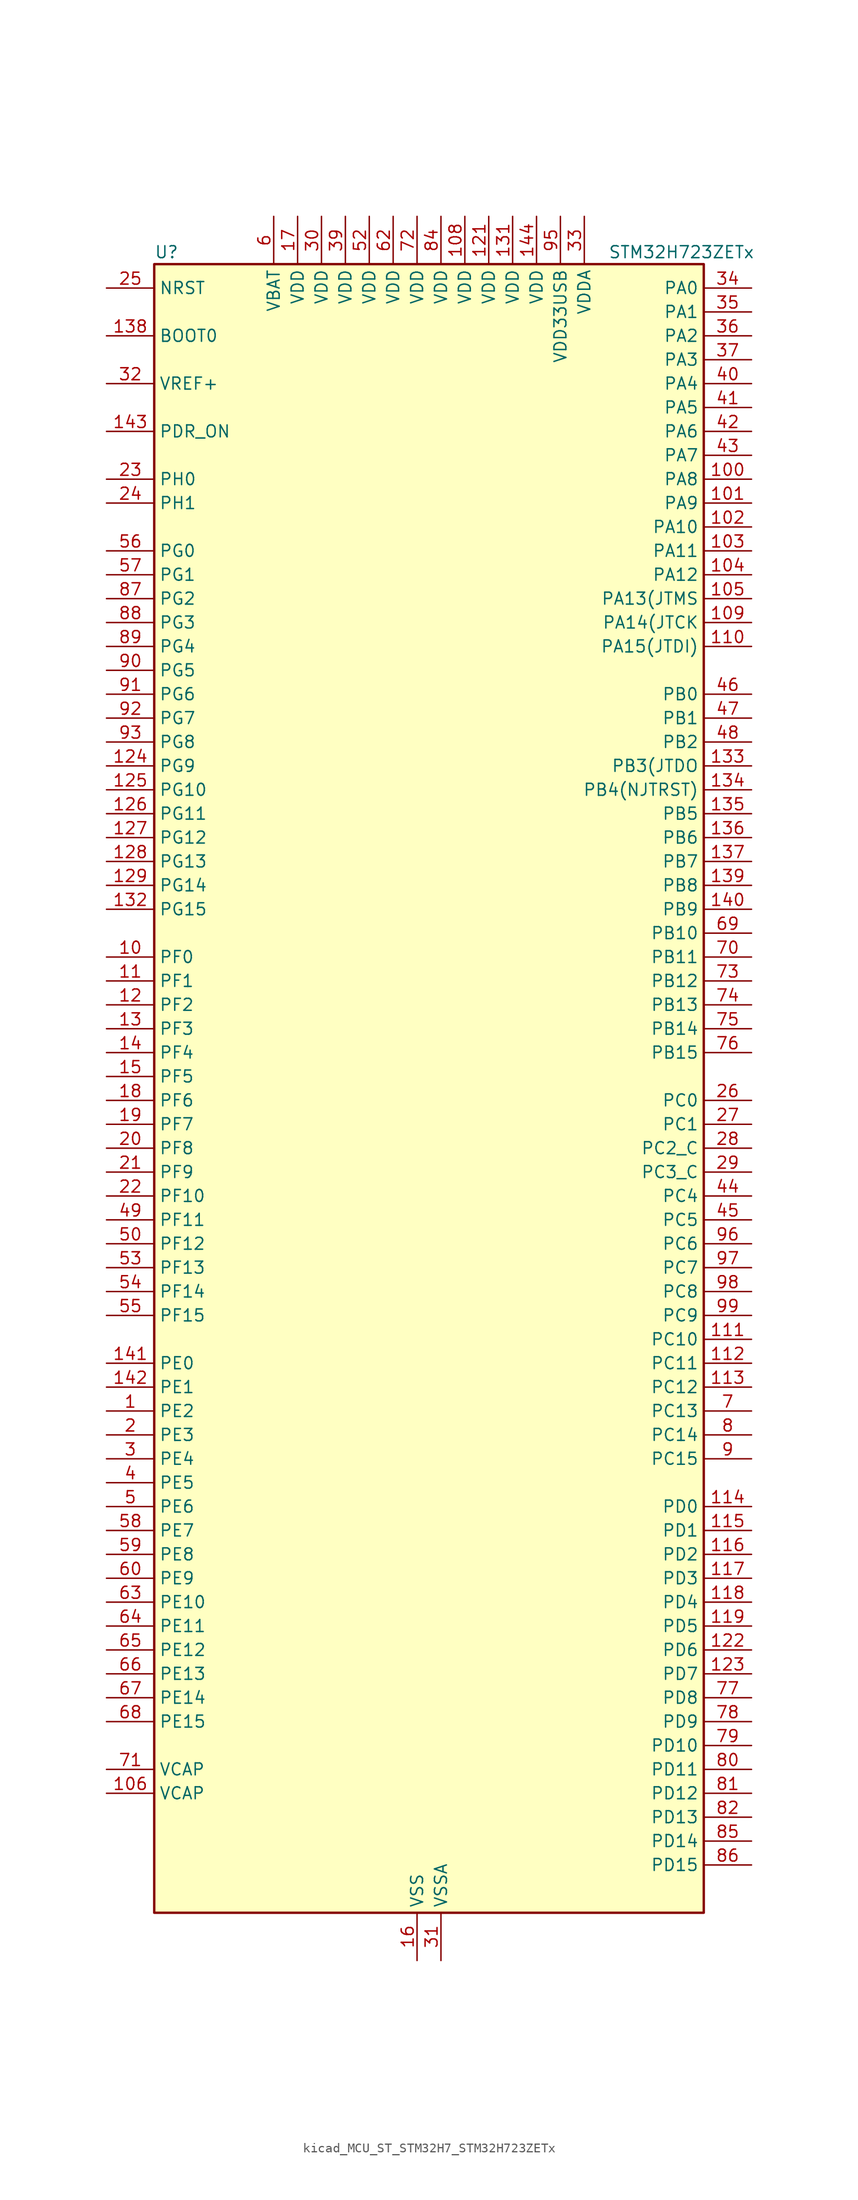
<source format=kicad_sym>
(kicad_symbol_lib
  (version 20220914)
  (generator kicad_symbol_editor)
  (symbol "kicad_MCU_ST_STM32H7_STM32H723ZETx"
    (property "Reference" "U"
      (at -27.94 90.17 0)
      (effects (font (size 1.27 1.27)) (justify left)))
    (property "Value" "STM32H723ZETx"
      (at 20.32 90.17 0)
      (effects (font (size 1.27 1.27)) (justify left)))
    (property "ki_locked" ""
      (at 0 0 0)
      (effects (font (size 1.27 1.27))))
    (symbol "kicad_MCU_ST_STM32H7_STM32H723ZETx_0_1"
      (rectangle (start -27.94 -86.36) (end 30.48 88.9) (stroke (width 0.254) (type default)) (fill (type background))))
    (symbol "kicad_MCU_ST_STM32H7_STM32H723ZETx_1_1"
      (pin bidirectional line (at -33.02 -33.02 0) (length 5.08) (name "PE2" (effects (font (size 1.27 1.27)))) (number "1" (effects (font (size 1.27 1.27)))) (alternate "DEBUG_TRACECLK" bidirectional line) (alternate "ETH_TXD3" bidirectional line) (alternate "FMC_A23" bidirectional line) (alternate "OCTOSPIM_P1_IO2" bidirectional line) (alternate "SAI1_CK1" bidirectional line) (alternate "SAI1_MCLK_A" bidirectional line) (alternate "SAI4_CK1" bidirectional line) (alternate "SAI4_MCLK_A" bidirectional line) (alternate "SPI4_SCK" bidirectional line) (alternate "USART10_RX" bidirectional line))
      (pin bidirectional line (at -33.02 15.24 0) (length 5.08) (name "PF0" (effects (font (size 1.27 1.27)))) (number "10" (effects (font (size 1.27 1.27)))) (alternate "FMC_A0" bidirectional line) (alternate "I2C2_SDA" bidirectional line) (alternate "I2C5_SDA" bidirectional line) (alternate "OCTOSPIM_P2_IO0" bidirectional line) (alternate "TIM23_CH1" bidirectional line))
      (pin bidirectional line (at 35.56 66.04 180) (length 5.08) (name "PA8" (effects (font (size 1.27 1.27)))) (number "100" (effects (font (size 1.27 1.27)))) (alternate "I2C3_SCL" bidirectional line) (alternate "I2C5_SCL" bidirectional line) (alternate "LTDC_B3" bidirectional line) (alternate "LTDC_R6" bidirectional line) (alternate "RCC_MCO_1" bidirectional line) (alternate "TIM1_CH1" bidirectional line) (alternate "TIM8_BKIN2" bidirectional line) (alternate "TIM8_BKIN2_COMP1" bidirectional line) (alternate "TIM8_BKIN2_COMP2" bidirectional line) (alternate "UART7_RX" bidirectional line) (alternate "USART1_CK" bidirectional line) (alternate "USB_OTG_HS_SOF" bidirectional line))
      (pin bidirectional line (at 35.56 63.5 180) (length 5.08) (name "PA9" (effects (font (size 1.27 1.27)))) (number "101" (effects (font (size 1.27 1.27)))) (alternate "DAC1_EXTI9" bidirectional line) (alternate "DCMI_D0" bidirectional line) (alternate "ETH_TX_ER" bidirectional line) (alternate "I2C3_SMBA" bidirectional line) (alternate "I2C5_SMBA" bidirectional line) (alternate "I2S2_CK" bidirectional line) (alternate "LPUART1_TX" bidirectional line) (alternate "LTDC_R5" bidirectional line) (alternate "PSSI_D0" bidirectional line) (alternate "SPI2_SCK" bidirectional line) (alternate "TIM1_CH2" bidirectional line) (alternate "USART1_TX" bidirectional line) (alternate "USB_OTG_HS_VBUS" bidirectional line))
      (pin bidirectional line (at 35.56 60.96 180) (length 5.08) (name "PA10" (effects (font (size 1.27 1.27)))) (number "102" (effects (font (size 1.27 1.27)))) (alternate "DCMI_D1" bidirectional line) (alternate "LPUART1_RX" bidirectional line) (alternate "LTDC_B1" bidirectional line) (alternate "LTDC_B4" bidirectional line) (alternate "MDIOS_MDIO" bidirectional line) (alternate "PSSI_D1" bidirectional line) (alternate "TIM1_CH3" bidirectional line) (alternate "USART1_RX" bidirectional line) (alternate "USB_OTG_HS_ID" bidirectional line))
      (pin bidirectional line (at 35.56 58.42 180) (length 5.08) (name "PA11" (effects (font (size 1.27 1.27)))) (number "103" (effects (font (size 1.27 1.27)))) (alternate "ADC1_EXTI11" bidirectional line) (alternate "ADC2_EXTI11" bidirectional line) (alternate "ADC3_EXTI11" bidirectional line) (alternate "FDCAN1_RX" bidirectional line) (alternate "I2S2_WS" bidirectional line) (alternate "LPUART1_CTS" bidirectional line) (alternate "LTDC_R4" bidirectional line) (alternate "SPI2_NSS" bidirectional line) (alternate "TIM1_CH4" bidirectional line) (alternate "UART4_RX" bidirectional line) (alternate "USART1_CTS" bidirectional line) (alternate "USART1_NSS" bidirectional line) (alternate "USB_OTG_HS_DM" bidirectional line))
      (pin bidirectional line (at 35.56 55.88 180) (length 5.08) (name "PA12" (effects (font (size 1.27 1.27)))) (number "104" (effects (font (size 1.27 1.27)))) (alternate "FDCAN1_TX" bidirectional line) (alternate "I2S2_CK" bidirectional line) (alternate "LPUART1_DE" bidirectional line) (alternate "LPUART1_RTS" bidirectional line) (alternate "LTDC_R5" bidirectional line) (alternate "SAI4_FS_B" bidirectional line) (alternate "SPI2_SCK" bidirectional line) (alternate "TIM1_BKIN2" bidirectional line) (alternate "TIM1_ETR" bidirectional line) (alternate "UART4_TX" bidirectional line) (alternate "USART1_DE" bidirectional line) (alternate "USART1_RTS" bidirectional line) (alternate "USB_OTG_HS_DP" bidirectional line))
      (pin bidirectional line (at 35.56 53.34 180) (length 5.08) (name "PA13(JTMS" (effects (font (size 1.27 1.27)))) (number "105" (effects (font (size 1.27 1.27)))) (alternate "DEBUG_JTMS-SWDIO" bidirectional line))
      (pin power_out line (at -33.02 -73.66 0) (length 5.08) (name "VCAP" (effects (font (size 1.27 1.27)))) (number "106" (effects (font (size 1.27 1.27)))))
      (pin passive line (at 0 -91.44 90) (length 5.08) hide (name "VSS" (effects (font (size 1.27 1.27)))) (number "107" (effects (font (size 1.27 1.27)))))
      (pin power_in line (at 5.08 93.98 270) (length 5.08) (name "VDD" (effects (font (size 1.27 1.27)))) (number "108" (effects (font (size 1.27 1.27)))))
      (pin bidirectional line (at 35.56 50.8 180) (length 5.08) (name "PA14(JTCK" (effects (font (size 1.27 1.27)))) (number "109" (effects (font (size 1.27 1.27)))) (alternate "DEBUG_JTCK-SWCLK" bidirectional line))
      (pin bidirectional line (at -33.02 12.7 0) (length 5.08) (name "PF1" (effects (font (size 1.27 1.27)))) (number "11" (effects (font (size 1.27 1.27)))) (alternate "FMC_A1" bidirectional line) (alternate "I2C2_SCL" bidirectional line) (alternate "I2C5_SCL" bidirectional line) (alternate "OCTOSPIM_P2_IO1" bidirectional line) (alternate "TIM23_CH2" bidirectional line))
      (pin bidirectional line (at 35.56 48.26 180) (length 5.08) (name "PA15(JTDI)" (effects (font (size 1.27 1.27)))) (number "110" (effects (font (size 1.27 1.27)))) (alternate "ADC1_EXTI15" bidirectional line) (alternate "ADC2_EXTI15" bidirectional line) (alternate "ADC3_EXTI15" bidirectional line) (alternate "CEC" bidirectional line) (alternate "DEBUG_JTDI" bidirectional line) (alternate "I2S1_WS" bidirectional line) (alternate "I2S3_WS" bidirectional line) (alternate "I2S6_WS" bidirectional line) (alternate "LTDC_B6" bidirectional line) (alternate "LTDC_R3" bidirectional line) (alternate "SPI1_NSS" bidirectional line) (alternate "SPI3_NSS" bidirectional line) (alternate "SPI6_NSS" bidirectional line) (alternate "TIM2_CH1" bidirectional line) (alternate "TIM2_ETR" bidirectional line) (alternate "UART4_DE" bidirectional line) (alternate "UART4_RTS" bidirectional line) (alternate "UART7_TX" bidirectional line))
      (pin bidirectional line (at 35.56 -25.4 180) (length 5.08) (name "PC10" (effects (font (size 1.27 1.27)))) (number "111" (effects (font (size 1.27 1.27)))) (alternate "DCMI_D8" bidirectional line) (alternate "DFSDM1_CKIN5" bidirectional line) (alternate "I2C5_SDA" bidirectional line) (alternate "I2S3_CK" bidirectional line) (alternate "LTDC_B1" bidirectional line) (alternate "LTDC_R2" bidirectional line) (alternate "OCTOSPIM_P1_IO1" bidirectional line) (alternate "PSSI_D8" bidirectional line) (alternate "SDMMC1_D2" bidirectional line) (alternate "SPI3_SCK" bidirectional line) (alternate "SWPMI1_RX" bidirectional line) (alternate "UART4_TX" bidirectional line) (alternate "USART3_TX" bidirectional line))
      (pin bidirectional line (at 35.56 -27.94 180) (length 5.08) (name "PC11" (effects (font (size 1.27 1.27)))) (number "112" (effects (font (size 1.27 1.27)))) (alternate "ADC1_EXTI11" bidirectional line) (alternate "ADC2_EXTI11" bidirectional line) (alternate "ADC3_EXTI11" bidirectional line) (alternate "DCMI_D4" bidirectional line) (alternate "DFSDM1_DATIN5" bidirectional line) (alternate "I2C5_SCL" bidirectional line) (alternate "I2S3_SDI" bidirectional line) (alternate "LTDC_B4" bidirectional line) (alternate "OCTOSPIM_P1_NCS" bidirectional line) (alternate "PSSI_D4" bidirectional line) (alternate "SDMMC1_D3" bidirectional line) (alternate "SPI3_MISO" bidirectional line) (alternate "UART4_RX" bidirectional line) (alternate "USART3_RX" bidirectional line))
      (pin bidirectional line (at 35.56 -30.48 180) (length 5.08) (name "PC12" (effects (font (size 1.27 1.27)))) (number "113" (effects (font (size 1.27 1.27)))) (alternate "DCMI_D9" bidirectional line) (alternate "DEBUG_TRACED3" bidirectional line) (alternate "FMC_D6" bidirectional line) (alternate "FMC_DA6" bidirectional line) (alternate "I2C5_SMBA" bidirectional line) (alternate "I2S3_SDO" bidirectional line) (alternate "I2S6_CK" bidirectional line) (alternate "LTDC_R6" bidirectional line) (alternate "PSSI_D9" bidirectional line) (alternate "SDMMC1_CK" bidirectional line) (alternate "SPI3_MOSI" bidirectional line) (alternate "SPI6_SCK" bidirectional line) (alternate "TIM15_CH1" bidirectional line) (alternate "UART5_TX" bidirectional line) (alternate "USART3_CK" bidirectional line))
      (pin bidirectional line (at 35.56 -43.18 180) (length 5.08) (name "PD0" (effects (font (size 1.27 1.27)))) (number "114" (effects (font (size 1.27 1.27)))) (alternate "DFSDM1_CKIN6" bidirectional line) (alternate "FDCAN1_RX" bidirectional line) (alternate "FMC_D2" bidirectional line) (alternate "FMC_DA2" bidirectional line) (alternate "LTDC_B1" bidirectional line) (alternate "UART4_RX" bidirectional line) (alternate "UART9_CTS" bidirectional line))
      (pin bidirectional line (at 35.56 -45.72 180) (length 5.08) (name "PD1" (effects (font (size 1.27 1.27)))) (number "115" (effects (font (size 1.27 1.27)))) (alternate "DFSDM1_DATIN6" bidirectional line) (alternate "FDCAN1_TX" bidirectional line) (alternate "FMC_D3" bidirectional line) (alternate "FMC_DA3" bidirectional line) (alternate "UART4_TX" bidirectional line))
      (pin bidirectional line (at 35.56 -48.26 180) (length 5.08) (name "PD2" (effects (font (size 1.27 1.27)))) (number "116" (effects (font (size 1.27 1.27)))) (alternate "DCMI_D11" bidirectional line) (alternate "DEBUG_TRACED2" bidirectional line) (alternate "FMC_D7" bidirectional line) (alternate "FMC_DA7" bidirectional line) (alternate "LTDC_B2" bidirectional line) (alternate "LTDC_B7" bidirectional line) (alternate "PSSI_D11" bidirectional line) (alternate "SDMMC1_CMD" bidirectional line) (alternate "TIM15_BKIN" bidirectional line) (alternate "TIM3_ETR" bidirectional line) (alternate "UART5_RX" bidirectional line))
      (pin bidirectional line (at 35.56 -50.8 180) (length 5.08) (name "PD3" (effects (font (size 1.27 1.27)))) (number "117" (effects (font (size 1.27 1.27)))) (alternate "DCMI_D5" bidirectional line) (alternate "DFSDM1_CKOUT" bidirectional line) (alternate "FMC_CLK" bidirectional line) (alternate "I2S2_CK" bidirectional line) (alternate "LTDC_G7" bidirectional line) (alternate "PSSI_D5" bidirectional line) (alternate "SPI2_SCK" bidirectional line) (alternate "USART2_CTS" bidirectional line) (alternate "USART2_NSS" bidirectional line))
      (pin bidirectional line (at 35.56 -53.34 180) (length 5.08) (name "PD4" (effects (font (size 1.27 1.27)))) (number "118" (effects (font (size 1.27 1.27)))) (alternate "FMC_NOE" bidirectional line) (alternate "OCTOSPIM_P1_IO4" bidirectional line) (alternate "USART2_DE" bidirectional line) (alternate "USART2_RTS" bidirectional line))
      (pin bidirectional line (at 35.56 -55.88 180) (length 5.08) (name "PD5" (effects (font (size 1.27 1.27)))) (number "119" (effects (font (size 1.27 1.27)))) (alternate "FMC_NWE" bidirectional line) (alternate "OCTOSPIM_P1_IO5" bidirectional line) (alternate "USART2_TX" bidirectional line))
      (pin bidirectional line (at -33.02 10.16 0) (length 5.08) (name "PF2" (effects (font (size 1.27 1.27)))) (number "12" (effects (font (size 1.27 1.27)))) (alternate "FMC_A2" bidirectional line) (alternate "I2C2_SMBA" bidirectional line) (alternate "I2C5_SMBA" bidirectional line) (alternate "OCTOSPIM_P2_IO2" bidirectional line) (alternate "TIM23_CH3" bidirectional line))
      (pin passive line (at 0 -91.44 90) (length 5.08) hide (name "VSS" (effects (font (size 1.27 1.27)))) (number "120" (effects (font (size 1.27 1.27)))))
      (pin power_in line (at 7.62 93.98 270) (length 5.08) (name "VDD" (effects (font (size 1.27 1.27)))) (number "121" (effects (font (size 1.27 1.27)))))
      (pin bidirectional line (at 35.56 -58.42 180) (length 5.08) (name "PD6" (effects (font (size 1.27 1.27)))) (number "122" (effects (font (size 1.27 1.27)))) (alternate "DCMI_D10" bidirectional line) (alternate "DFSDM1_CKIN4" bidirectional line) (alternate "DFSDM1_DATIN1" bidirectional line) (alternate "FMC_NWAIT" bidirectional line) (alternate "I2S3_SDO" bidirectional line) (alternate "LTDC_B2" bidirectional line) (alternate "OCTOSPIM_P1_IO6" bidirectional line) (alternate "PSSI_D10" bidirectional line) (alternate "SAI1_D1" bidirectional line) (alternate "SAI1_SD_A" bidirectional line) (alternate "SAI4_D1" bidirectional line) (alternate "SAI4_SD_A" bidirectional line) (alternate "SDMMC2_CK" bidirectional line) (alternate "SPI3_MOSI" bidirectional line) (alternate "USART2_RX" bidirectional line))
      (pin bidirectional line (at 35.56 -60.96 180) (length 5.08) (name "PD7" (effects (font (size 1.27 1.27)))) (number "123" (effects (font (size 1.27 1.27)))) (alternate "DFSDM1_CKIN1" bidirectional line) (alternate "DFSDM1_DATIN4" bidirectional line) (alternate "FMC_NE1" bidirectional line) (alternate "I2S1_SDO" bidirectional line) (alternate "OCTOSPIM_P1_IO7" bidirectional line) (alternate "SDMMC2_CMD" bidirectional line) (alternate "SPDIFRX1_IN0" bidirectional line) (alternate "SPI1_MOSI" bidirectional line) (alternate "USART2_CK" bidirectional line))
      (pin bidirectional line (at -33.02 35.56 0) (length 5.08) (name "PG9" (effects (font (size 1.27 1.27)))) (number "124" (effects (font (size 1.27 1.27)))) (alternate "DAC1_EXTI9" bidirectional line) (alternate "DCMI_VSYNC" bidirectional line) (alternate "FDCAN3_TX" bidirectional line) (alternate "FMC_NCE" bidirectional line) (alternate "FMC_NE2" bidirectional line) (alternate "I2S1_SDI" bidirectional line) (alternate "OCTOSPIM_P1_IO6" bidirectional line) (alternate "PSSI_RDY" bidirectional line) (alternate "SAI4_FS_B" bidirectional line) (alternate "SDMMC2_D0" bidirectional line) (alternate "SPDIFRX1_IN3" bidirectional line) (alternate "SPI1_MISO" bidirectional line) (alternate "USART6_RX" bidirectional line))
      (pin bidirectional line (at -33.02 33.02 0) (length 5.08) (name "PG10" (effects (font (size 1.27 1.27)))) (number "125" (effects (font (size 1.27 1.27)))) (alternate "DCMI_D2" bidirectional line) (alternate "FDCAN3_RX" bidirectional line) (alternate "FMC_NE3" bidirectional line) (alternate "I2S1_WS" bidirectional line) (alternate "LTDC_B2" bidirectional line) (alternate "LTDC_G3" bidirectional line) (alternate "OCTOSPIM_P2_IO6" bidirectional line) (alternate "PSSI_D2" bidirectional line) (alternate "SAI4_SD_B" bidirectional line) (alternate "SDMMC2_D1" bidirectional line) (alternate "SPI1_NSS" bidirectional line))
      (pin bidirectional line (at -33.02 30.48 0) (length 5.08) (name "PG11" (effects (font (size 1.27 1.27)))) (number "126" (effects (font (size 1.27 1.27)))) (alternate "ADC1_EXTI11" bidirectional line) (alternate "ADC2_EXTI11" bidirectional line) (alternate "ADC3_EXTI11" bidirectional line) (alternate "DCMI_D3" bidirectional line) (alternate "ETH_TX_EN" bidirectional line) (alternate "I2S1_CK" bidirectional line) (alternate "LPTIM1_IN2" bidirectional line) (alternate "LTDC_B3" bidirectional line) (alternate "OCTOSPIM_P2_IO7" bidirectional line) (alternate "PSSI_D3" bidirectional line) (alternate "SDMMC2_D2" bidirectional line) (alternate "SPDIFRX1_IN0" bidirectional line) (alternate "SPI1_SCK" bidirectional line) (alternate "USART10_RX" bidirectional line))
      (pin bidirectional line (at -33.02 27.94 0) (length 5.08) (name "PG12" (effects (font (size 1.27 1.27)))) (number "127" (effects (font (size 1.27 1.27)))) (alternate "ETH_TXD1" bidirectional line) (alternate "FMC_NE4" bidirectional line) (alternate "I2S6_SDI" bidirectional line) (alternate "LPTIM1_IN1" bidirectional line) (alternate "LTDC_B1" bidirectional line) (alternate "LTDC_B4" bidirectional line) (alternate "OCTOSPIM_P2_NCS" bidirectional line) (alternate "SDMMC2_D3" bidirectional line) (alternate "SPDIFRX1_IN1" bidirectional line) (alternate "SPI6_MISO" bidirectional line) (alternate "TIM23_CH1" bidirectional line) (alternate "USART10_TX" bidirectional line) (alternate "USART6_DE" bidirectional line) (alternate "USART6_RTS" bidirectional line))
      (pin bidirectional line (at -33.02 25.4 0) (length 5.08) (name "PG13" (effects (font (size 1.27 1.27)))) (number "128" (effects (font (size 1.27 1.27)))) (alternate "DEBUG_TRACED0" bidirectional line) (alternate "ETH_TXD0" bidirectional line) (alternate "FMC_A24" bidirectional line) (alternate "I2S6_CK" bidirectional line) (alternate "LPTIM1_OUT" bidirectional line) (alternate "LTDC_R0" bidirectional line) (alternate "SDMMC2_D6" bidirectional line) (alternate "SPI6_SCK" bidirectional line) (alternate "TIM23_CH2" bidirectional line) (alternate "USART10_CTS" bidirectional line) (alternate "USART10_NSS" bidirectional line) (alternate "USART6_CTS" bidirectional line) (alternate "USART6_NSS" bidirectional line))
      (pin bidirectional line (at -33.02 22.86 0) (length 5.08) (name "PG14" (effects (font (size 1.27 1.27)))) (number "129" (effects (font (size 1.27 1.27)))) (alternate "DEBUG_TRACED1" bidirectional line) (alternate "ETH_TXD1" bidirectional line) (alternate "FMC_A25" bidirectional line) (alternate "I2S6_SDO" bidirectional line) (alternate "LPTIM1_ETR" bidirectional line) (alternate "LTDC_B0" bidirectional line) (alternate "OCTOSPIM_P1_IO7" bidirectional line) (alternate "SDMMC2_D7" bidirectional line) (alternate "SPI6_MOSI" bidirectional line) (alternate "TIM23_CH3" bidirectional line) (alternate "USART10_DE" bidirectional line) (alternate "USART10_RTS" bidirectional line) (alternate "USART6_TX" bidirectional line))
      (pin bidirectional line (at -33.02 7.62 0) (length 5.08) (name "PF3" (effects (font (size 1.27 1.27)))) (number "13" (effects (font (size 1.27 1.27)))) (alternate "ADC3_INP5" bidirectional line) (alternate "FMC_A3" bidirectional line) (alternate "OCTOSPIM_P2_IO3" bidirectional line) (alternate "TIM23_CH4" bidirectional line))
      (pin passive line (at 0 -91.44 90) (length 5.08) hide (name "VSS" (effects (font (size 1.27 1.27)))) (number "130" (effects (font (size 1.27 1.27)))))
      (pin power_in line (at 10.16 93.98 270) (length 5.08) (name "VDD" (effects (font (size 1.27 1.27)))) (number "131" (effects (font (size 1.27 1.27)))))
      (pin bidirectional line (at -33.02 20.32 0) (length 5.08) (name "PG15" (effects (font (size 1.27 1.27)))) (number "132" (effects (font (size 1.27 1.27)))) (alternate "ADC1_EXTI15" bidirectional line) (alternate "ADC2_EXTI15" bidirectional line) (alternate "ADC3_EXTI15" bidirectional line) (alternate "DCMI_D13" bidirectional line) (alternate "FMC_SDNCAS" bidirectional line) (alternate "OCTOSPIM_P2_DQS" bidirectional line) (alternate "PSSI_D13" bidirectional line) (alternate "USART10_CK" bidirectional line) (alternate "USART6_CTS" bidirectional line) (alternate "USART6_NSS" bidirectional line))
      (pin bidirectional line (at 35.56 35.56 180) (length 5.08) (name "PB3(JTDO" (effects (font (size 1.27 1.27)))) (number "133" (effects (font (size 1.27 1.27)))) (alternate "CRS_SYNC" bidirectional line) (alternate "DEBUG_JTDO-SWO" bidirectional line) (alternate "I2S1_CK" bidirectional line) (alternate "I2S3_CK" bidirectional line) (alternate "I2S6_CK" bidirectional line) (alternate "SDMMC2_D2" bidirectional line) (alternate "SPI1_SCK" bidirectional line) (alternate "SPI3_SCK" bidirectional line) (alternate "SPI6_SCK" bidirectional line) (alternate "TIM24_ETR" bidirectional line) (alternate "TIM2_CH2" bidirectional line) (alternate "UART7_RX" bidirectional line))
      (pin bidirectional line (at 35.56 33.02 180) (length 5.08) (name "PB4(NJTRST)" (effects (font (size 1.27 1.27)))) (number "134" (effects (font (size 1.27 1.27)))) (alternate "DEBUG_JTRST" bidirectional line) (alternate "I2S1_SDI" bidirectional line) (alternate "I2S2_WS" bidirectional line) (alternate "I2S3_SDI" bidirectional line) (alternate "I2S6_SDI" bidirectional line) (alternate "SDMMC2_D3" bidirectional line) (alternate "SPI1_MISO" bidirectional line) (alternate "SPI2_NSS" bidirectional line) (alternate "SPI3_MISO" bidirectional line) (alternate "SPI6_MISO" bidirectional line) (alternate "TIM16_BKIN" bidirectional line) (alternate "TIM3_CH1" bidirectional line) (alternate "UART7_TX" bidirectional line))
      (pin bidirectional line (at 35.56 30.48 180) (length 5.08) (name "PB5" (effects (font (size 1.27 1.27)))) (number "135" (effects (font (size 1.27 1.27)))) (alternate "DCMI_D10" bidirectional line) (alternate "ETH_PPS_OUT" bidirectional line) (alternate "FDCAN2_RX" bidirectional line) (alternate "FMC_SDCKE1" bidirectional line) (alternate "I2C1_SMBA" bidirectional line) (alternate "I2C4_SMBA" bidirectional line) (alternate "I2S1_SDO" bidirectional line) (alternate "I2S3_SDO" bidirectional line) (alternate "I2S6_SDO" bidirectional line) (alternate "LTDC_B5" bidirectional line) (alternate "PSSI_D10" bidirectional line) (alternate "SPI1_MOSI" bidirectional line) (alternate "SPI3_MOSI" bidirectional line) (alternate "SPI6_MOSI" bidirectional line) (alternate "TIM17_BKIN" bidirectional line) (alternate "TIM3_CH2" bidirectional line) (alternate "UART5_RX" bidirectional line) (alternate "USB_OTG_HS_ULPI_D7" bidirectional line))
      (pin bidirectional line (at 35.56 27.94 180) (length 5.08) (name "PB6" (effects (font (size 1.27 1.27)))) (number "136" (effects (font (size 1.27 1.27)))) (alternate "CEC" bidirectional line) (alternate "DCMI_D5" bidirectional line) (alternate "DFSDM1_DATIN5" bidirectional line) (alternate "FDCAN2_TX" bidirectional line) (alternate "FMC_SDNE1" bidirectional line) (alternate "I2C1_SCL" bidirectional line) (alternate "I2C4_SCL" bidirectional line) (alternate "LPUART1_TX" bidirectional line) (alternate "OCTOSPIM_P1_NCS" bidirectional line) (alternate "PSSI_D5" bidirectional line) (alternate "TIM16_CH1N" bidirectional line) (alternate "TIM4_CH1" bidirectional line) (alternate "UART5_TX" bidirectional line) (alternate "USART1_TX" bidirectional line))
      (pin bidirectional line (at 35.56 25.4 180) (length 5.08) (name "PB7" (effects (font (size 1.27 1.27)))) (number "137" (effects (font (size 1.27 1.27)))) (alternate "DCMI_VSYNC" bidirectional line) (alternate "DFSDM1_CKIN5" bidirectional line) (alternate "FMC_NL" bidirectional line) (alternate "I2C1_SDA" bidirectional line) (alternate "I2C4_SDA" bidirectional line) (alternate "LPUART1_RX" bidirectional line) (alternate "PSSI_RDY" bidirectional line) (alternate "PWR_PVD_IN" bidirectional line) (alternate "TIM17_CH1N" bidirectional line) (alternate "TIM4_CH2" bidirectional line) (alternate "USART1_RX" bidirectional line))
      (pin input line (at -33.02 81.28 0) (length 5.08) (name "BOOT0" (effects (font (size 1.27 1.27)))) (number "138" (effects (font (size 1.27 1.27)))))
      (pin bidirectional line (at 35.56 22.86 180) (length 5.08) (name "PB8" (effects (font (size 1.27 1.27)))) (number "139" (effects (font (size 1.27 1.27)))) (alternate "DCMI_D6" bidirectional line) (alternate "DFSDM1_CKIN7" bidirectional line) (alternate "ETH_TXD3" bidirectional line) (alternate "FDCAN1_RX" bidirectional line) (alternate "I2C1_SCL" bidirectional line) (alternate "I2C4_SCL" bidirectional line) (alternate "LTDC_B6" bidirectional line) (alternate "PSSI_D6" bidirectional line) (alternate "SDMMC1_CKIN" bidirectional line) (alternate "SDMMC1_D4" bidirectional line) (alternate "SDMMC2_D4" bidirectional line) (alternate "TIM16_CH1" bidirectional line) (alternate "TIM4_CH3" bidirectional line) (alternate "UART4_RX" bidirectional line))
      (pin bidirectional line (at -33.02 5.08 0) (length 5.08) (name "PF4" (effects (font (size 1.27 1.27)))) (number "14" (effects (font (size 1.27 1.27)))) (alternate "ADC3_INN5" bidirectional line) (alternate "ADC3_INP9" bidirectional line) (alternate "FMC_A4" bidirectional line) (alternate "OCTOSPIM_P2_CLK" bidirectional line))
      (pin bidirectional line (at 35.56 20.32 180) (length 5.08) (name "PB9" (effects (font (size 1.27 1.27)))) (number "140" (effects (font (size 1.27 1.27)))) (alternate "DAC1_EXTI9" bidirectional line) (alternate "DCMI_D7" bidirectional line) (alternate "DFSDM1_DATIN7" bidirectional line) (alternate "FDCAN1_TX" bidirectional line) (alternate "I2C1_SDA" bidirectional line) (alternate "I2C4_SDA" bidirectional line) (alternate "I2C4_SMBA" bidirectional line) (alternate "I2S2_WS" bidirectional line) (alternate "LTDC_B7" bidirectional line) (alternate "PSSI_D7" bidirectional line) (alternate "SDMMC1_CDIR" bidirectional line) (alternate "SDMMC1_D5" bidirectional line) (alternate "SDMMC2_D5" bidirectional line) (alternate "SPI2_NSS" bidirectional line) (alternate "TIM17_CH1" bidirectional line) (alternate "TIM4_CH4" bidirectional line) (alternate "UART4_TX" bidirectional line))
      (pin bidirectional line (at -33.02 -27.94 0) (length 5.08) (name "PE0" (effects (font (size 1.27 1.27)))) (number "141" (effects (font (size 1.27 1.27)))) (alternate "DCMI_D2" bidirectional line) (alternate "FMC_NBL0" bidirectional line) (alternate "LPTIM1_ETR" bidirectional line) (alternate "LPTIM2_ETR" bidirectional line) (alternate "LTDC_R0" bidirectional line) (alternate "PSSI_D2" bidirectional line) (alternate "SAI4_MCLK_A" bidirectional line) (alternate "TIM4_ETR" bidirectional line) (alternate "UART8_RX" bidirectional line))
      (pin bidirectional line (at -33.02 -30.48 0) (length 5.08) (name "PE1" (effects (font (size 1.27 1.27)))) (number "142" (effects (font (size 1.27 1.27)))) (alternate "DCMI_D3" bidirectional line) (alternate "FMC_NBL1" bidirectional line) (alternate "LPTIM1_IN2" bidirectional line) (alternate "LTDC_R6" bidirectional line) (alternate "PSSI_D3" bidirectional line) (alternate "UART8_TX" bidirectional line))
      (pin input line (at -33.02 71.12 0) (length 5.08) (name "PDR_ON" (effects (font (size 1.27 1.27)))) (number "143" (effects (font (size 1.27 1.27)))))
      (pin power_in line (at 12.7 93.98 270) (length 5.08) (name "VDD" (effects (font (size 1.27 1.27)))) (number "144" (effects (font (size 1.27 1.27)))))
      (pin bidirectional line (at -33.02 2.54 0) (length 5.08) (name "PF5" (effects (font (size 1.27 1.27)))) (number "15" (effects (font (size 1.27 1.27)))) (alternate "ADC3_INP4" bidirectional line) (alternate "FMC_A5" bidirectional line) (alternate "OCTOSPIM_P2_NCLK" bidirectional line))
      (pin power_in line (at 0 -91.44 90) (length 5.08) (name "VSS" (effects (font (size 1.27 1.27)))) (number "16" (effects (font (size 1.27 1.27)))))
      (pin power_in line (at -12.7 93.98 270) (length 5.08) (name "VDD" (effects (font (size 1.27 1.27)))) (number "17" (effects (font (size 1.27 1.27)))))
      (pin bidirectional line (at -33.02 0 0) (length 5.08) (name "PF6" (effects (font (size 1.27 1.27)))) (number "18" (effects (font (size 1.27 1.27)))) (alternate "ADC3_INN4" bidirectional line) (alternate "ADC3_INP8" bidirectional line) (alternate "FDCAN3_RX" bidirectional line) (alternate "OCTOSPIM_P1_IO3" bidirectional line) (alternate "SAI1_SD_B" bidirectional line) (alternate "SAI4_SD_B" bidirectional line) (alternate "SPI5_NSS" bidirectional line) (alternate "TIM16_CH1" bidirectional line) (alternate "TIM23_CH1" bidirectional line) (alternate "UART7_RX" bidirectional line))
      (pin bidirectional line (at -33.02 -2.54 0) (length 5.08) (name "PF7" (effects (font (size 1.27 1.27)))) (number "19" (effects (font (size 1.27 1.27)))) (alternate "ADC3_INP3" bidirectional line) (alternate "FDCAN3_TX" bidirectional line) (alternate "OCTOSPIM_P1_IO2" bidirectional line) (alternate "SAI1_MCLK_B" bidirectional line) (alternate "SAI4_MCLK_B" bidirectional line) (alternate "SPI5_SCK" bidirectional line) (alternate "TIM17_CH1" bidirectional line) (alternate "TIM23_CH2" bidirectional line) (alternate "UART7_TX" bidirectional line))
      (pin bidirectional line (at -33.02 -35.56 0) (length 5.08) (name "PE3" (effects (font (size 1.27 1.27)))) (number "2" (effects (font (size 1.27 1.27)))) (alternate "DEBUG_TRACED0" bidirectional line) (alternate "FMC_A19" bidirectional line) (alternate "SAI1_SD_B" bidirectional line) (alternate "SAI4_SD_B" bidirectional line) (alternate "TIM15_BKIN" bidirectional line) (alternate "USART10_TX" bidirectional line))
      (pin bidirectional line (at -33.02 -5.08 0) (length 5.08) (name "PF8" (effects (font (size 1.27 1.27)))) (number "20" (effects (font (size 1.27 1.27)))) (alternate "ADC3_INN3" bidirectional line) (alternate "ADC3_INP7" bidirectional line) (alternate "OCTOSPIM_P1_IO0" bidirectional line) (alternate "SAI1_SCK_B" bidirectional line) (alternate "SAI4_SCK_B" bidirectional line) (alternate "SPI5_MISO" bidirectional line) (alternate "TIM13_CH1" bidirectional line) (alternate "TIM16_CH1N" bidirectional line) (alternate "TIM23_CH3" bidirectional line) (alternate "UART7_DE" bidirectional line) (alternate "UART7_RTS" bidirectional line))
      (pin bidirectional line (at -33.02 -7.62 0) (length 5.08) (name "PF9" (effects (font (size 1.27 1.27)))) (number "21" (effects (font (size 1.27 1.27)))) (alternate "ADC3_INP2" bidirectional line) (alternate "DAC1_EXTI9" bidirectional line) (alternate "OCTOSPIM_P1_IO1" bidirectional line) (alternate "SAI1_FS_B" bidirectional line) (alternate "SAI4_FS_B" bidirectional line) (alternate "SPI5_MOSI" bidirectional line) (alternate "TIM14_CH1" bidirectional line) (alternate "TIM17_CH1N" bidirectional line) (alternate "TIM23_CH4" bidirectional line) (alternate "UART7_CTS" bidirectional line))
      (pin bidirectional line (at -33.02 -10.16 0) (length 5.08) (name "PF10" (effects (font (size 1.27 1.27)))) (number "22" (effects (font (size 1.27 1.27)))) (alternate "ADC3_INN2" bidirectional line) (alternate "ADC3_INP6" bidirectional line) (alternate "DCMI_D11" bidirectional line) (alternate "LTDC_DE" bidirectional line) (alternate "OCTOSPIM_P1_CLK" bidirectional line) (alternate "PSSI_D11" bidirectional line) (alternate "PSSI_D15" bidirectional line) (alternate "SAI1_D3" bidirectional line) (alternate "SAI4_D3" bidirectional line) (alternate "TIM16_BKIN" bidirectional line))
      (pin bidirectional line (at -33.02 66.04 0) (length 5.08) (name "PH0" (effects (font (size 1.27 1.27)))) (number "23" (effects (font (size 1.27 1.27)))) (alternate "RCC_OSC_IN" bidirectional line))
      (pin bidirectional line (at -33.02 63.5 0) (length 5.08) (name "PH1" (effects (font (size 1.27 1.27)))) (number "24" (effects (font (size 1.27 1.27)))) (alternate "RCC_OSC_OUT" bidirectional line))
      (pin input line (at -33.02 86.36 0) (length 5.08) (name "NRST" (effects (font (size 1.27 1.27)))) (number "25" (effects (font (size 1.27 1.27)))))
      (pin bidirectional line (at 35.56 0 180) (length 5.08) (name "PC0" (effects (font (size 1.27 1.27)))) (number "26" (effects (font (size 1.27 1.27)))) (alternate "ADC1_INP10" bidirectional line) (alternate "ADC2_INP10" bidirectional line) (alternate "ADC3_INP10" bidirectional line) (alternate "DFSDM1_CKIN0" bidirectional line) (alternate "DFSDM1_DATIN4" bidirectional line) (alternate "FMC_A25" bidirectional line) (alternate "FMC_D12" bidirectional line) (alternate "FMC_DA12" bidirectional line) (alternate "FMC_SDNWE" bidirectional line) (alternate "LTDC_G2" bidirectional line) (alternate "LTDC_R5" bidirectional line) (alternate "SAI4_FS_B" bidirectional line) (alternate "USB_OTG_HS_ULPI_STP" bidirectional line))
      (pin bidirectional line (at 35.56 -2.54 180) (length 5.08) (name "PC1" (effects (font (size 1.27 1.27)))) (number "27" (effects (font (size 1.27 1.27)))) (alternate "ADC1_INN10" bidirectional line) (alternate "ADC1_INP11" bidirectional line) (alternate "ADC2_INN10" bidirectional line) (alternate "ADC2_INP11" bidirectional line) (alternate "ADC3_INN10" bidirectional line) (alternate "ADC3_INP11" bidirectional line) (alternate "DEBUG_TRACED0" bidirectional line) (alternate "DFSDM1_CKIN4" bidirectional line) (alternate "DFSDM1_DATIN0" bidirectional line) (alternate "ETH_MDC" bidirectional line) (alternate "I2S2_SDO" bidirectional line) (alternate "LTDC_G5" bidirectional line) (alternate "MDIOS_MDC" bidirectional line) (alternate "OCTOSPIM_P1_IO4" bidirectional line) (alternate "PWR_WKUP6" bidirectional line) (alternate "RTC_TAMP3" bidirectional line) (alternate "SAI1_D1" bidirectional line) (alternate "SAI1_SD_A" bidirectional line) (alternate "SAI4_D1" bidirectional line) (alternate "SAI4_SD_A" bidirectional line) (alternate "SDMMC2_CK" bidirectional line) (alternate "SPI2_MOSI" bidirectional line))
      (pin bidirectional line (at 35.56 -5.08 180) (length 5.08) (name "PC2_C" (effects (font (size 1.27 1.27)))) (number "28" (effects (font (size 1.27 1.27)))) (alternate "ADC3_INN1" bidirectional line) (alternate "ADC3_INP0" bidirectional line) (alternate "DFSDM1_CKIN1" bidirectional line) (alternate "DFSDM1_CKOUT" bidirectional line) (alternate "ETH_TXD2" bidirectional line) (alternate "FMC_SDNE0" bidirectional line) (alternate "I2S2_SDI" bidirectional line) (alternate "OCTOSPIM_P1_IO2" bidirectional line) (alternate "OCTOSPIM_P1_IO5" bidirectional line) (alternate "PWR_CSTOP" bidirectional line) (alternate "SPI2_MISO" bidirectional line) (alternate "USB_OTG_HS_ULPI_DIR" bidirectional line))
      (pin bidirectional line (at 35.56 -7.62 180) (length 5.08) (name "PC3_C" (effects (font (size 1.27 1.27)))) (number "29" (effects (font (size 1.27 1.27)))) (alternate "ADC3_INP1" bidirectional line) (alternate "DFSDM1_DATIN1" bidirectional line) (alternate "ETH_TX_CLK" bidirectional line) (alternate "FMC_SDCKE0" bidirectional line) (alternate "I2S2_SDO" bidirectional line) (alternate "OCTOSPIM_P1_IO0" bidirectional line) (alternate "OCTOSPIM_P1_IO6" bidirectional line) (alternate "PWR_CSLEEP" bidirectional line) (alternate "SPI2_MOSI" bidirectional line) (alternate "USB_OTG_HS_ULPI_NXT" bidirectional line))
      (pin bidirectional line (at -33.02 -38.1 0) (length 5.08) (name "PE4" (effects (font (size 1.27 1.27)))) (number "3" (effects (font (size 1.27 1.27)))) (alternate "DCMI_D4" bidirectional line) (alternate "DEBUG_TRACED1" bidirectional line) (alternate "DFSDM1_DATIN3" bidirectional line) (alternate "FMC_A20" bidirectional line) (alternate "LTDC_B0" bidirectional line) (alternate "PSSI_D4" bidirectional line) (alternate "SAI1_D2" bidirectional line) (alternate "SAI1_FS_A" bidirectional line) (alternate "SAI4_D2" bidirectional line) (alternate "SAI4_FS_A" bidirectional line) (alternate "SPI4_NSS" bidirectional line) (alternate "TIM15_CH1N" bidirectional line))
      (pin power_in line (at -10.16 93.98 270) (length 5.08) (name "VDD" (effects (font (size 1.27 1.27)))) (number "30" (effects (font (size 1.27 1.27)))))
      (pin power_in line (at 2.54 -91.44 90) (length 5.08) (name "VSSA" (effects (font (size 1.27 1.27)))) (number "31" (effects (font (size 1.27 1.27)))))
      (pin input line (at -33.02 76.2 0) (length 5.08) (name "VREF+" (effects (font (size 1.27 1.27)))) (number "32" (effects (font (size 1.27 1.27)))) (alternate "VREFBUF_OUT" bidirectional line))
      (pin power_in line (at 17.78 93.98 270) (length 5.08) (name "VDDA" (effects (font (size 1.27 1.27)))) (number "33" (effects (font (size 1.27 1.27)))))
      (pin bidirectional line (at 35.56 86.36 180) (length 5.08) (name "PA0" (effects (font (size 1.27 1.27)))) (number "34" (effects (font (size 1.27 1.27)))) (alternate "ADC1_INP16" bidirectional line) (alternate "ETH_CRS" bidirectional line) (alternate "FMC_A19" bidirectional line) (alternate "I2S6_WS" bidirectional line) (alternate "PWR_WKUP1" bidirectional line) (alternate "SAI4_SD_B" bidirectional line) (alternate "SDMMC2_CMD" bidirectional line) (alternate "SPI6_NSS" bidirectional line) (alternate "TIM15_BKIN" bidirectional line) (alternate "TIM2_CH1" bidirectional line) (alternate "TIM2_ETR" bidirectional line) (alternate "TIM5_CH1" bidirectional line) (alternate "TIM8_ETR" bidirectional line) (alternate "UART4_TX" bidirectional line) (alternate "USART2_CTS" bidirectional line) (alternate "USART2_NSS" bidirectional line))
      (pin bidirectional line (at 35.56 83.82 180) (length 5.08) (name "PA1" (effects (font (size 1.27 1.27)))) (number "35" (effects (font (size 1.27 1.27)))) (alternate "ADC1_INN16" bidirectional line) (alternate "ADC1_INP17" bidirectional line) (alternate "ETH_REF_CLK" bidirectional line) (alternate "ETH_RX_CLK" bidirectional line) (alternate "LPTIM3_OUT" bidirectional line) (alternate "LTDC_R2" bidirectional line) (alternate "OCTOSPIM_P1_DQS" bidirectional line) (alternate "OCTOSPIM_P1_IO3" bidirectional line) (alternate "SAI4_MCLK_B" bidirectional line) (alternate "TIM15_CH1N" bidirectional line) (alternate "TIM2_CH2" bidirectional line) (alternate "TIM5_CH2" bidirectional line) (alternate "UART4_RX" bidirectional line) (alternate "USART2_DE" bidirectional line) (alternate "USART2_RTS" bidirectional line))
      (pin bidirectional line (at 35.56 81.28 180) (length 5.08) (name "PA2" (effects (font (size 1.27 1.27)))) (number "36" (effects (font (size 1.27 1.27)))) (alternate "ADC1_INP14" bidirectional line) (alternate "ADC2_INP14" bidirectional line) (alternate "ETH_MDIO" bidirectional line) (alternate "LPTIM4_OUT" bidirectional line) (alternate "LTDC_R1" bidirectional line) (alternate "MDIOS_MDIO" bidirectional line) (alternate "OCTOSPIM_P1_IO0" bidirectional line) (alternate "PWR_WKUP2" bidirectional line) (alternate "SAI4_SCK_B" bidirectional line) (alternate "TIM15_CH1" bidirectional line) (alternate "TIM2_CH3" bidirectional line) (alternate "TIM5_CH3" bidirectional line) (alternate "USART2_TX" bidirectional line))
      (pin bidirectional line (at 35.56 78.74 180) (length 5.08) (name "PA3" (effects (font (size 1.27 1.27)))) (number "37" (effects (font (size 1.27 1.27)))) (alternate "ADC1_INP15" bidirectional line) (alternate "ADC2_INP15" bidirectional line) (alternate "ETH_COL" bidirectional line) (alternate "I2S6_MCK" bidirectional line) (alternate "LPTIM5_OUT" bidirectional line) (alternate "LTDC_B2" bidirectional line) (alternate "LTDC_B5" bidirectional line) (alternate "OCTOSPIM_P1_CLK" bidirectional line) (alternate "OCTOSPIM_P1_IO2" bidirectional line) (alternate "TIM15_CH2" bidirectional line) (alternate "TIM2_CH4" bidirectional line) (alternate "TIM5_CH4" bidirectional line) (alternate "USART2_RX" bidirectional line) (alternate "USB_OTG_HS_ULPI_D0" bidirectional line))
      (pin passive line (at 0 -91.44 90) (length 5.08) hide (name "VSS" (effects (font (size 1.27 1.27)))) (number "38" (effects (font (size 1.27 1.27)))))
      (pin power_in line (at -7.62 93.98 270) (length 5.08) (name "VDD" (effects (font (size 1.27 1.27)))) (number "39" (effects (font (size 1.27 1.27)))))
      (pin bidirectional line (at -33.02 -40.64 0) (length 5.08) (name "PE5" (effects (font (size 1.27 1.27)))) (number "4" (effects (font (size 1.27 1.27)))) (alternate "DCMI_D6" bidirectional line) (alternate "DEBUG_TRACED2" bidirectional line) (alternate "DFSDM1_CKIN3" bidirectional line) (alternate "FMC_A21" bidirectional line) (alternate "LTDC_G0" bidirectional line) (alternate "PSSI_D6" bidirectional line) (alternate "SAI1_CK2" bidirectional line) (alternate "SAI1_SCK_A" bidirectional line) (alternate "SAI4_CK2" bidirectional line) (alternate "SAI4_SCK_A" bidirectional line) (alternate "SPI4_MISO" bidirectional line) (alternate "TIM15_CH1" bidirectional line))
      (pin bidirectional line (at 35.56 76.2 180) (length 5.08) (name "PA4" (effects (font (size 1.27 1.27)))) (number "40" (effects (font (size 1.27 1.27)))) (alternate "ADC1_INP18" bidirectional line) (alternate "ADC2_INP18" bidirectional line) (alternate "DAC1_OUT1" bidirectional line) (alternate "DCMI_HSYNC" bidirectional line) (alternate "FMC_D8" bidirectional line) (alternate "FMC_DA8" bidirectional line) (alternate "I2S1_WS" bidirectional line) (alternate "I2S3_WS" bidirectional line) (alternate "I2S6_WS" bidirectional line) (alternate "LTDC_VSYNC" bidirectional line) (alternate "PSSI_DE" bidirectional line) (alternate "SPI1_NSS" bidirectional line) (alternate "SPI3_NSS" bidirectional line) (alternate "SPI6_NSS" bidirectional line) (alternate "TIM5_ETR" bidirectional line) (alternate "USART2_CK" bidirectional line))
      (pin bidirectional line (at 35.56 73.66 180) (length 5.08) (name "PA5" (effects (font (size 1.27 1.27)))) (number "41" (effects (font (size 1.27 1.27)))) (alternate "ADC1_INN18" bidirectional line) (alternate "ADC1_INP19" bidirectional line) (alternate "ADC2_INN18" bidirectional line) (alternate "ADC2_INP19" bidirectional line) (alternate "DAC1_OUT2" bidirectional line) (alternate "FMC_D9" bidirectional line) (alternate "FMC_DA9" bidirectional line) (alternate "I2S1_CK" bidirectional line) (alternate "I2S6_CK" bidirectional line) (alternate "LTDC_R4" bidirectional line) (alternate "PSSI_D14" bidirectional line) (alternate "PWR_NDSTOP2" bidirectional line) (alternate "SPI1_SCK" bidirectional line) (alternate "SPI6_SCK" bidirectional line) (alternate "TIM2_CH1" bidirectional line) (alternate "TIM2_ETR" bidirectional line) (alternate "TIM8_CH1N" bidirectional line) (alternate "USB_OTG_HS_ULPI_CK" bidirectional line))
      (pin bidirectional line (at 35.56 71.12 180) (length 5.08) (name "PA6" (effects (font (size 1.27 1.27)))) (number "42" (effects (font (size 1.27 1.27)))) (alternate "ADC1_INP3" bidirectional line) (alternate "ADC2_INP3" bidirectional line) (alternate "DCMI_PIXCLK" bidirectional line) (alternate "I2S1_SDI" bidirectional line) (alternate "I2S6_SDI" bidirectional line) (alternate "LTDC_G2" bidirectional line) (alternate "MDIOS_MDC" bidirectional line) (alternate "OCTOSPIM_P1_IO3" bidirectional line) (alternate "PSSI_PDCK" bidirectional line) (alternate "SPI1_MISO" bidirectional line) (alternate "SPI6_MISO" bidirectional line) (alternate "TIM13_CH1" bidirectional line) (alternate "TIM1_BKIN" bidirectional line) (alternate "TIM1_BKIN_COMP1" bidirectional line) (alternate "TIM1_BKIN_COMP2" bidirectional line) (alternate "TIM3_CH1" bidirectional line) (alternate "TIM8_BKIN" bidirectional line) (alternate "TIM8_BKIN_COMP1" bidirectional line) (alternate "TIM8_BKIN_COMP2" bidirectional line))
      (pin bidirectional line (at 35.56 68.58 180) (length 5.08) (name "PA7" (effects (font (size 1.27 1.27)))) (number "43" (effects (font (size 1.27 1.27)))) (alternate "ADC1_INN3" bidirectional line) (alternate "ADC1_INP7" bidirectional line) (alternate "ADC2_INN3" bidirectional line) (alternate "ADC2_INP7" bidirectional line) (alternate "ETH_CRS_DV" bidirectional line) (alternate "ETH_RX_DV" bidirectional line) (alternate "FMC_SDNWE" bidirectional line) (alternate "I2S1_SDO" bidirectional line) (alternate "I2S6_SDO" bidirectional line) (alternate "LTDC_VSYNC" bidirectional line) (alternate "OCTOSPIM_P1_IO2" bidirectional line) (alternate "OPAMP1_VINM" bidirectional line) (alternate "SPI1_MOSI" bidirectional line) (alternate "SPI6_MOSI" bidirectional line) (alternate "TIM14_CH1" bidirectional line) (alternate "TIM1_CH1N" bidirectional line) (alternate "TIM3_CH2" bidirectional line) (alternate "TIM8_CH1N" bidirectional line))
      (pin bidirectional line (at 35.56 -10.16 180) (length 5.08) (name "PC4" (effects (font (size 1.27 1.27)))) (number "44" (effects (font (size 1.27 1.27)))) (alternate "ADC1_INP4" bidirectional line) (alternate "ADC2_INP4" bidirectional line) (alternate "COMP1_INM" bidirectional line) (alternate "DFSDM1_CKIN2" bidirectional line) (alternate "ETH_RXD0" bidirectional line) (alternate "FMC_A22" bidirectional line) (alternate "FMC_SDNE0" bidirectional line) (alternate "I2S1_MCK" bidirectional line) (alternate "LTDC_R7" bidirectional line) (alternate "OPAMP1_VOUT" bidirectional line) (alternate "SDMMC2_CKIN" bidirectional line) (alternate "SPDIFRX1_IN2" bidirectional line))
      (pin bidirectional line (at 35.56 -12.7 180) (length 5.08) (name "PC5" (effects (font (size 1.27 1.27)))) (number "45" (effects (font (size 1.27 1.27)))) (alternate "ADC1_INN4" bidirectional line) (alternate "ADC1_INP8" bidirectional line) (alternate "ADC2_INN4" bidirectional line) (alternate "ADC2_INP8" bidirectional line) (alternate "COMP1_OUT" bidirectional line) (alternate "DFSDM1_DATIN2" bidirectional line) (alternate "ETH_RXD1" bidirectional line) (alternate "FMC_SDCKE0" bidirectional line) (alternate "LTDC_DE" bidirectional line) (alternate "OCTOSPIM_P1_DQS" bidirectional line) (alternate "OPAMP1_VINM" bidirectional line) (alternate "PSSI_D15" bidirectional line) (alternate "SAI1_D3" bidirectional line) (alternate "SAI4_D3" bidirectional line) (alternate "SPDIFRX1_IN3" bidirectional line))
      (pin bidirectional line (at 35.56 43.18 180) (length 5.08) (name "PB0" (effects (font (size 1.27 1.27)))) (number "46" (effects (font (size 1.27 1.27)))) (alternate "ADC1_INN5" bidirectional line) (alternate "ADC1_INP9" bidirectional line) (alternate "ADC2_INN5" bidirectional line) (alternate "ADC2_INP9" bidirectional line) (alternate "COMP1_INP" bidirectional line) (alternate "DFSDM1_CKOUT" bidirectional line) (alternate "ETH_RXD2" bidirectional line) (alternate "LTDC_G1" bidirectional line) (alternate "LTDC_R3" bidirectional line) (alternate "OCTOSPIM_P1_IO1" bidirectional line) (alternate "OPAMP1_VINP" bidirectional line) (alternate "TIM1_CH2N" bidirectional line) (alternate "TIM3_CH3" bidirectional line) (alternate "TIM8_CH2N" bidirectional line) (alternate "UART4_CTS" bidirectional line) (alternate "USB_OTG_HS_ULPI_D1" bidirectional line))
      (pin bidirectional line (at 35.56 40.64 180) (length 5.08) (name "PB1" (effects (font (size 1.27 1.27)))) (number "47" (effects (font (size 1.27 1.27)))) (alternate "ADC1_INP5" bidirectional line) (alternate "ADC2_INP5" bidirectional line) (alternate "COMP1_INM" bidirectional line) (alternate "DFSDM1_DATIN1" bidirectional line) (alternate "ETH_RXD3" bidirectional line) (alternate "LTDC_G0" bidirectional line) (alternate "LTDC_R6" bidirectional line) (alternate "OCTOSPIM_P1_IO0" bidirectional line) (alternate "TIM1_CH3N" bidirectional line) (alternate "TIM3_CH4" bidirectional line) (alternate "TIM8_CH3N" bidirectional line) (alternate "USB_OTG_HS_ULPI_D2" bidirectional line))
      (pin bidirectional line (at 35.56 38.1 180) (length 5.08) (name "PB2" (effects (font (size 1.27 1.27)))) (number "48" (effects (font (size 1.27 1.27)))) (alternate "COMP1_INP" bidirectional line) (alternate "DFSDM1_CKIN1" bidirectional line) (alternate "ETH_TX_ER" bidirectional line) (alternate "I2S3_SDO" bidirectional line) (alternate "OCTOSPIM_P1_CLK" bidirectional line) (alternate "OCTOSPIM_P1_DQS" bidirectional line) (alternate "RTC_OUT_ALARM" bidirectional line) (alternate "RTC_OUT_CALIB" bidirectional line) (alternate "SAI1_D1" bidirectional line) (alternate "SAI1_SD_A" bidirectional line) (alternate "SAI4_D1" bidirectional line) (alternate "SAI4_SD_A" bidirectional line) (alternate "SPI3_MOSI" bidirectional line) (alternate "TIM23_ETR" bidirectional line))
      (pin bidirectional line (at -33.02 -12.7 0) (length 5.08) (name "PF11" (effects (font (size 1.27 1.27)))) (number "49" (effects (font (size 1.27 1.27)))) (alternate "ADC1_EXTI11" bidirectional line) (alternate "ADC1_INP2" bidirectional line) (alternate "ADC2_EXTI11" bidirectional line) (alternate "ADC3_EXTI11" bidirectional line) (alternate "DCMI_D12" bidirectional line) (alternate "FMC_SDNRAS" bidirectional line) (alternate "OCTOSPIM_P1_NCLK" bidirectional line) (alternate "PSSI_D12" bidirectional line) (alternate "SAI4_SD_B" bidirectional line) (alternate "SPI5_MOSI" bidirectional line) (alternate "TIM24_CH1" bidirectional line))
      (pin bidirectional line (at -33.02 -43.18 0) (length 5.08) (name "PE6" (effects (font (size 1.27 1.27)))) (number "5" (effects (font (size 1.27 1.27)))) (alternate "DCMI_D7" bidirectional line) (alternate "DEBUG_TRACED3" bidirectional line) (alternate "FMC_A22" bidirectional line) (alternate "LTDC_G1" bidirectional line) (alternate "PSSI_D7" bidirectional line) (alternate "SAI1_D1" bidirectional line) (alternate "SAI1_SD_A" bidirectional line) (alternate "SAI4_D1" bidirectional line) (alternate "SAI4_MCLK_B" bidirectional line) (alternate "SAI4_SD_A" bidirectional line) (alternate "SPI4_MOSI" bidirectional line) (alternate "TIM15_CH2" bidirectional line) (alternate "TIM1_BKIN2" bidirectional line) (alternate "TIM1_BKIN2_COMP1" bidirectional line) (alternate "TIM1_BKIN2_COMP2" bidirectional line))
      (pin bidirectional line (at -33.02 -15.24 0) (length 5.08) (name "PF12" (effects (font (size 1.27 1.27)))) (number "50" (effects (font (size 1.27 1.27)))) (alternate "ADC1_INN2" bidirectional line) (alternate "ADC1_INP6" bidirectional line) (alternate "FMC_A6" bidirectional line) (alternate "OCTOSPIM_P2_DQS" bidirectional line) (alternate "TIM24_CH2" bidirectional line))
      (pin passive line (at 0 -91.44 90) (length 5.08) hide (name "VSS" (effects (font (size 1.27 1.27)))) (number "51" (effects (font (size 1.27 1.27)))))
      (pin power_in line (at -5.08 93.98 270) (length 5.08) (name "VDD" (effects (font (size 1.27 1.27)))) (number "52" (effects (font (size 1.27 1.27)))))
      (pin bidirectional line (at -33.02 -17.78 0) (length 5.08) (name "PF13" (effects (font (size 1.27 1.27)))) (number "53" (effects (font (size 1.27 1.27)))) (alternate "ADC2_INP2" bidirectional line) (alternate "DFSDM1_DATIN6" bidirectional line) (alternate "FMC_A7" bidirectional line) (alternate "I2C4_SMBA" bidirectional line) (alternate "TIM24_CH3" bidirectional line))
      (pin bidirectional line (at -33.02 -20.32 0) (length 5.08) (name "PF14" (effects (font (size 1.27 1.27)))) (number "54" (effects (font (size 1.27 1.27)))) (alternate "ADC2_INN2" bidirectional line) (alternate "ADC2_INP6" bidirectional line) (alternate "DFSDM1_CKIN6" bidirectional line) (alternate "FMC_A8" bidirectional line) (alternate "I2C4_SCL" bidirectional line) (alternate "TIM24_CH4" bidirectional line))
      (pin bidirectional line (at -33.02 -22.86 0) (length 5.08) (name "PF15" (effects (font (size 1.27 1.27)))) (number "55" (effects (font (size 1.27 1.27)))) (alternate "ADC1_EXTI15" bidirectional line) (alternate "ADC2_EXTI15" bidirectional line) (alternate "ADC3_EXTI15" bidirectional line) (alternate "FMC_A9" bidirectional line) (alternate "I2C4_SDA" bidirectional line))
      (pin bidirectional line (at -33.02 58.42 0) (length 5.08) (name "PG0" (effects (font (size 1.27 1.27)))) (number "56" (effects (font (size 1.27 1.27)))) (alternate "FMC_A10" bidirectional line) (alternate "OCTOSPIM_P2_IO4" bidirectional line) (alternate "UART9_RX" bidirectional line))
      (pin bidirectional line (at -33.02 55.88 0) (length 5.08) (name "PG1" (effects (font (size 1.27 1.27)))) (number "57" (effects (font (size 1.27 1.27)))) (alternate "FMC_A11" bidirectional line) (alternate "OCTOSPIM_P2_IO5" bidirectional line) (alternate "OPAMP2_VINM" bidirectional line) (alternate "UART9_TX" bidirectional line))
      (pin bidirectional line (at -33.02 -45.72 0) (length 5.08) (name "PE7" (effects (font (size 1.27 1.27)))) (number "58" (effects (font (size 1.27 1.27)))) (alternate "COMP2_INM" bidirectional line) (alternate "DFSDM1_DATIN2" bidirectional line) (alternate "FMC_D4" bidirectional line) (alternate "FMC_DA4" bidirectional line) (alternate "OCTOSPIM_P1_IO4" bidirectional line) (alternate "OPAMP2_VOUT" bidirectional line) (alternate "TIM1_ETR" bidirectional line) (alternate "UART7_RX" bidirectional line))
      (pin bidirectional line (at -33.02 -48.26 0) (length 5.08) (name "PE8" (effects (font (size 1.27 1.27)))) (number "59" (effects (font (size 1.27 1.27)))) (alternate "COMP2_OUT" bidirectional line) (alternate "DFSDM1_CKIN2" bidirectional line) (alternate "FMC_D5" bidirectional line) (alternate "FMC_DA5" bidirectional line) (alternate "OCTOSPIM_P1_IO5" bidirectional line) (alternate "OPAMP2_VINM" bidirectional line) (alternate "TIM1_CH1N" bidirectional line) (alternate "UART7_TX" bidirectional line))
      (pin power_in line (at -15.24 93.98 270) (length 5.08) (name "VBAT" (effects (font (size 1.27 1.27)))) (number "6" (effects (font (size 1.27 1.27)))))
      (pin bidirectional line (at -33.02 -50.8 0) (length 5.08) (name "PE9" (effects (font (size 1.27 1.27)))) (number "60" (effects (font (size 1.27 1.27)))) (alternate "COMP2_INP" bidirectional line) (alternate "DAC1_EXTI9" bidirectional line) (alternate "DFSDM1_CKOUT" bidirectional line) (alternate "FMC_D6" bidirectional line) (alternate "FMC_DA6" bidirectional line) (alternate "OCTOSPIM_P1_IO6" bidirectional line) (alternate "OPAMP2_VINP" bidirectional line) (alternate "TIM1_CH1" bidirectional line) (alternate "UART7_DE" bidirectional line) (alternate "UART7_RTS" bidirectional line))
      (pin passive line (at 0 -91.44 90) (length 5.08) hide (name "VSS" (effects (font (size 1.27 1.27)))) (number "61" (effects (font (size 1.27 1.27)))))
      (pin power_in line (at -2.54 93.98 270) (length 5.08) (name "VDD" (effects (font (size 1.27 1.27)))) (number "62" (effects (font (size 1.27 1.27)))))
      (pin bidirectional line (at -33.02 -53.34 0) (length 5.08) (name "PE10" (effects (font (size 1.27 1.27)))) (number "63" (effects (font (size 1.27 1.27)))) (alternate "COMP2_INM" bidirectional line) (alternate "DFSDM1_DATIN4" bidirectional line) (alternate "FMC_D7" bidirectional line) (alternate "FMC_DA7" bidirectional line) (alternate "OCTOSPIM_P1_IO7" bidirectional line) (alternate "TIM1_CH2N" bidirectional line) (alternate "UART7_CTS" bidirectional line))
      (pin bidirectional line (at -33.02 -55.88 0) (length 5.08) (name "PE11" (effects (font (size 1.27 1.27)))) (number "64" (effects (font (size 1.27 1.27)))) (alternate "ADC1_EXTI11" bidirectional line) (alternate "ADC2_EXTI11" bidirectional line) (alternate "ADC3_EXTI11" bidirectional line) (alternate "COMP2_INP" bidirectional line) (alternate "DFSDM1_CKIN4" bidirectional line) (alternate "FMC_D8" bidirectional line) (alternate "FMC_DA8" bidirectional line) (alternate "LTDC_G3" bidirectional line) (alternate "OCTOSPIM_P1_NCS" bidirectional line) (alternate "SAI4_SD_B" bidirectional line) (alternate "SPI4_NSS" bidirectional line) (alternate "TIM1_CH2" bidirectional line))
      (pin bidirectional line (at -33.02 -58.42 0) (length 5.08) (name "PE12" (effects (font (size 1.27 1.27)))) (number "65" (effects (font (size 1.27 1.27)))) (alternate "COMP1_OUT" bidirectional line) (alternate "DFSDM1_DATIN5" bidirectional line) (alternate "FMC_D9" bidirectional line) (alternate "FMC_DA9" bidirectional line) (alternate "LTDC_B4" bidirectional line) (alternate "SAI4_SCK_B" bidirectional line) (alternate "SPI4_SCK" bidirectional line) (alternate "TIM1_CH3N" bidirectional line))
      (pin bidirectional line (at -33.02 -60.96 0) (length 5.08) (name "PE13" (effects (font (size 1.27 1.27)))) (number "66" (effects (font (size 1.27 1.27)))) (alternate "COMP2_OUT" bidirectional line) (alternate "DFSDM1_CKIN5" bidirectional line) (alternate "FMC_D10" bidirectional line) (alternate "FMC_DA10" bidirectional line) (alternate "LTDC_DE" bidirectional line) (alternate "SAI4_FS_B" bidirectional line) (alternate "SPI4_MISO" bidirectional line) (alternate "TIM1_CH3" bidirectional line))
      (pin bidirectional line (at -33.02 -63.5 0) (length 5.08) (name "PE14" (effects (font (size 1.27 1.27)))) (number "67" (effects (font (size 1.27 1.27)))) (alternate "FMC_D11" bidirectional line) (alternate "FMC_DA11" bidirectional line) (alternate "LTDC_CLK" bidirectional line) (alternate "SAI4_MCLK_B" bidirectional line) (alternate "SPI4_MOSI" bidirectional line) (alternate "TIM1_CH4" bidirectional line))
      (pin bidirectional line (at -33.02 -66.04 0) (length 5.08) (name "PE15" (effects (font (size 1.27 1.27)))) (number "68" (effects (font (size 1.27 1.27)))) (alternate "ADC1_EXTI15" bidirectional line) (alternate "ADC2_EXTI15" bidirectional line) (alternate "ADC3_EXTI15" bidirectional line) (alternate "FMC_D12" bidirectional line) (alternate "FMC_DA12" bidirectional line) (alternate "LTDC_R7" bidirectional line) (alternate "TIM1_BKIN" bidirectional line) (alternate "TIM1_BKIN_COMP1" bidirectional line) (alternate "TIM1_BKIN_COMP2" bidirectional line) (alternate "USART10_CK" bidirectional line))
      (pin bidirectional line (at 35.56 17.78 180) (length 5.08) (name "PB10" (effects (font (size 1.27 1.27)))) (number "69" (effects (font (size 1.27 1.27)))) (alternate "DFSDM1_DATIN7" bidirectional line) (alternate "ETH_RX_ER" bidirectional line) (alternate "I2C2_SCL" bidirectional line) (alternate "I2S2_CK" bidirectional line) (alternate "LPTIM2_IN1" bidirectional line) (alternate "LTDC_G4" bidirectional line) (alternate "OCTOSPIM_P1_NCS" bidirectional line) (alternate "SPI2_SCK" bidirectional line) (alternate "TIM2_CH3" bidirectional line) (alternate "USART3_TX" bidirectional line) (alternate "USB_OTG_HS_ULPI_D3" bidirectional line))
      (pin bidirectional line (at 35.56 -33.02 180) (length 5.08) (name "PC13" (effects (font (size 1.27 1.27)))) (number "7" (effects (font (size 1.27 1.27)))) (alternate "PWR_WKUP4" bidirectional line) (alternate "RTC_OUT_ALARM" bidirectional line) (alternate "RTC_OUT_CALIB" bidirectional line) (alternate "RTC_TAMP1" bidirectional line) (alternate "RTC_TS" bidirectional line))
      (pin bidirectional line (at 35.56 15.24 180) (length 5.08) (name "PB11" (effects (font (size 1.27 1.27)))) (number "70" (effects (font (size 1.27 1.27)))) (alternate "ADC1_EXTI11" bidirectional line) (alternate "ADC2_EXTI11" bidirectional line) (alternate "ADC3_EXTI11" bidirectional line) (alternate "DFSDM1_CKIN7" bidirectional line) (alternate "ETH_TX_EN" bidirectional line) (alternate "I2C2_SDA" bidirectional line) (alternate "LPTIM2_ETR" bidirectional line) (alternate "LTDC_G5" bidirectional line) (alternate "TIM2_CH4" bidirectional line) (alternate "USART3_RX" bidirectional line) (alternate "USB_OTG_HS_ULPI_D4" bidirectional line))
      (pin power_out line (at -33.02 -71.12 0) (length 5.08) (name "VCAP" (effects (font (size 1.27 1.27)))) (number "71" (effects (font (size 1.27 1.27)))))
      (pin power_in line (at 0 93.98 270) (length 5.08) (name "VDD" (effects (font (size 1.27 1.27)))) (number "72" (effects (font (size 1.27 1.27)))))
      (pin bidirectional line (at 35.56 12.7 180) (length 5.08) (name "PB12" (effects (font (size 1.27 1.27)))) (number "73" (effects (font (size 1.27 1.27)))) (alternate "DFSDM1_DATIN1" bidirectional line) (alternate "ETH_TXD0" bidirectional line) (alternate "FDCAN2_RX" bidirectional line) (alternate "I2C2_SMBA" bidirectional line) (alternate "I2S2_WS" bidirectional line) (alternate "OCTOSPIM_P1_IO0" bidirectional line) (alternate "OCTOSPIM_P1_NCLK" bidirectional line) (alternate "SPI2_NSS" bidirectional line) (alternate "TIM1_BKIN" bidirectional line) (alternate "TIM1_BKIN_COMP1" bidirectional line) (alternate "TIM1_BKIN_COMP2" bidirectional line) (alternate "UART5_RX" bidirectional line) (alternate "USART3_CK" bidirectional line) (alternate "USB_OTG_HS_ULPI_D5" bidirectional line))
      (pin bidirectional line (at 35.56 10.16 180) (length 5.08) (name "PB13" (effects (font (size 1.27 1.27)))) (number "74" (effects (font (size 1.27 1.27)))) (alternate "DCMI_D2" bidirectional line) (alternate "DFSDM1_CKIN1" bidirectional line) (alternate "ETH_TXD1" bidirectional line) (alternate "FDCAN2_TX" bidirectional line) (alternate "I2S2_CK" bidirectional line) (alternate "LPTIM2_OUT" bidirectional line) (alternate "OCTOSPIM_P1_IO2" bidirectional line) (alternate "PSSI_D2" bidirectional line) (alternate "SDMMC1_D0" bidirectional line) (alternate "SPI2_SCK" bidirectional line) (alternate "TIM1_CH1N" bidirectional line) (alternate "UART5_TX" bidirectional line) (alternate "USART3_CTS" bidirectional line) (alternate "USART3_NSS" bidirectional line) (alternate "USB_OTG_HS_ULPI_D6" bidirectional line))
      (pin bidirectional line (at 35.56 7.62 180) (length 5.08) (name "PB14" (effects (font (size 1.27 1.27)))) (number "75" (effects (font (size 1.27 1.27)))) (alternate "DFSDM1_DATIN2" bidirectional line) (alternate "FMC_D10" bidirectional line) (alternate "FMC_DA10" bidirectional line) (alternate "I2S2_SDI" bidirectional line) (alternate "LTDC_CLK" bidirectional line) (alternate "SDMMC2_D0" bidirectional line) (alternate "SPI2_MISO" bidirectional line) (alternate "TIM12_CH1" bidirectional line) (alternate "TIM1_CH2N" bidirectional line) (alternate "TIM8_CH2N" bidirectional line) (alternate "UART4_DE" bidirectional line) (alternate "UART4_RTS" bidirectional line) (alternate "USART1_TX" bidirectional line) (alternate "USART3_DE" bidirectional line) (alternate "USART3_RTS" bidirectional line))
      (pin bidirectional line (at 35.56 5.08 180) (length 5.08) (name "PB15" (effects (font (size 1.27 1.27)))) (number "76" (effects (font (size 1.27 1.27)))) (alternate "ADC1_EXTI15" bidirectional line) (alternate "ADC2_EXTI15" bidirectional line) (alternate "ADC3_EXTI15" bidirectional line) (alternate "DFSDM1_CKIN2" bidirectional line) (alternate "FMC_D11" bidirectional line) (alternate "FMC_DA11" bidirectional line) (alternate "I2S2_SDO" bidirectional line) (alternate "LTDC_G7" bidirectional line) (alternate "RTC_REFIN" bidirectional line) (alternate "SDMMC2_D1" bidirectional line) (alternate "SPI2_MOSI" bidirectional line) (alternate "TIM12_CH2" bidirectional line) (alternate "TIM1_CH3N" bidirectional line) (alternate "TIM8_CH3N" bidirectional line) (alternate "UART4_CTS" bidirectional line) (alternate "USART1_RX" bidirectional line))
      (pin bidirectional line (at 35.56 -63.5 180) (length 5.08) (name "PD8" (effects (font (size 1.27 1.27)))) (number "77" (effects (font (size 1.27 1.27)))) (alternate "DFSDM1_CKIN3" bidirectional line) (alternate "FMC_D13" bidirectional line) (alternate "FMC_DA13" bidirectional line) (alternate "SPDIFRX1_IN1" bidirectional line) (alternate "USART3_TX" bidirectional line))
      (pin bidirectional line (at 35.56 -66.04 180) (length 5.08) (name "PD9" (effects (font (size 1.27 1.27)))) (number "78" (effects (font (size 1.27 1.27)))) (alternate "DAC1_EXTI9" bidirectional line) (alternate "DFSDM1_DATIN3" bidirectional line) (alternate "FMC_D14" bidirectional line) (alternate "FMC_DA14" bidirectional line) (alternate "USART3_RX" bidirectional line))
      (pin bidirectional line (at 35.56 -68.58 180) (length 5.08) (name "PD10" (effects (font (size 1.27 1.27)))) (number "79" (effects (font (size 1.27 1.27)))) (alternate "DFSDM1_CKOUT" bidirectional line) (alternate "FMC_D15" bidirectional line) (alternate "FMC_DA15" bidirectional line) (alternate "LTDC_B3" bidirectional line) (alternate "USART3_CK" bidirectional line))
      (pin bidirectional line (at 35.56 -35.56 180) (length 5.08) (name "PC14" (effects (font (size 1.27 1.27)))) (number "8" (effects (font (size 1.27 1.27)))) (alternate "RCC_OSC32_IN" bidirectional line))
      (pin bidirectional line (at 35.56 -71.12 180) (length 5.08) (name "PD11" (effects (font (size 1.27 1.27)))) (number "80" (effects (font (size 1.27 1.27)))) (alternate "ADC1_EXTI11" bidirectional line) (alternate "ADC2_EXTI11" bidirectional line) (alternate "ADC3_EXTI11" bidirectional line) (alternate "FMC_A16" bidirectional line) (alternate "FMC_CLE" bidirectional line) (alternate "I2C4_SMBA" bidirectional line) (alternate "LPTIM2_IN2" bidirectional line) (alternate "OCTOSPIM_P1_IO0" bidirectional line) (alternate "SAI4_SD_A" bidirectional line) (alternate "USART3_CTS" bidirectional line) (alternate "USART3_NSS" bidirectional line))
      (pin bidirectional line (at 35.56 -73.66 180) (length 5.08) (name "PD12" (effects (font (size 1.27 1.27)))) (number "81" (effects (font (size 1.27 1.27)))) (alternate "DCMI_D12" bidirectional line) (alternate "FDCAN3_RX" bidirectional line) (alternate "FMC_A17" bidirectional line) (alternate "FMC_ALE" bidirectional line) (alternate "I2C4_SCL" bidirectional line) (alternate "LPTIM1_IN1" bidirectional line) (alternate "LPTIM2_IN1" bidirectional line) (alternate "OCTOSPIM_P1_IO1" bidirectional line) (alternate "PSSI_D12" bidirectional line) (alternate "SAI4_FS_A" bidirectional line) (alternate "TIM4_CH1" bidirectional line) (alternate "USART3_DE" bidirectional line) (alternate "USART3_RTS" bidirectional line))
      (pin bidirectional line (at 35.56 -76.2 180) (length 5.08) (name "PD13" (effects (font (size 1.27 1.27)))) (number "82" (effects (font (size 1.27 1.27)))) (alternate "DCMI_D13" bidirectional line) (alternate "FDCAN3_TX" bidirectional line) (alternate "FMC_A18" bidirectional line) (alternate "I2C4_SDA" bidirectional line) (alternate "LPTIM1_OUT" bidirectional line) (alternate "OCTOSPIM_P1_IO3" bidirectional line) (alternate "PSSI_D13" bidirectional line) (alternate "SAI4_SCK_A" bidirectional line) (alternate "TIM4_CH2" bidirectional line) (alternate "UART9_DE" bidirectional line) (alternate "UART9_RTS" bidirectional line))
      (pin passive line (at 0 -91.44 90) (length 5.08) hide (name "VSS" (effects (font (size 1.27 1.27)))) (number "83" (effects (font (size 1.27 1.27)))))
      (pin power_in line (at 2.54 93.98 270) (length 5.08) (name "VDD" (effects (font (size 1.27 1.27)))) (number "84" (effects (font (size 1.27 1.27)))))
      (pin bidirectional line (at 35.56 -78.74 180) (length 5.08) (name "PD14" (effects (font (size 1.27 1.27)))) (number "85" (effects (font (size 1.27 1.27)))) (alternate "FMC_D0" bidirectional line) (alternate "FMC_DA0" bidirectional line) (alternate "TIM4_CH3" bidirectional line) (alternate "UART8_CTS" bidirectional line) (alternate "UART9_RX" bidirectional line))
      (pin bidirectional line (at 35.56 -81.28 180) (length 5.08) (name "PD15" (effects (font (size 1.27 1.27)))) (number "86" (effects (font (size 1.27 1.27)))) (alternate "ADC1_EXTI15" bidirectional line) (alternate "ADC2_EXTI15" bidirectional line) (alternate "ADC3_EXTI15" bidirectional line) (alternate "FMC_D1" bidirectional line) (alternate "FMC_DA1" bidirectional line) (alternate "TIM4_CH4" bidirectional line) (alternate "UART8_DE" bidirectional line) (alternate "UART8_RTS" bidirectional line) (alternate "UART9_TX" bidirectional line))
      (pin bidirectional line (at -33.02 53.34 0) (length 5.08) (name "PG2" (effects (font (size 1.27 1.27)))) (number "87" (effects (font (size 1.27 1.27)))) (alternate "FMC_A12" bidirectional line) (alternate "TIM24_ETR" bidirectional line) (alternate "TIM8_BKIN" bidirectional line) (alternate "TIM8_BKIN_COMP1" bidirectional line) (alternate "TIM8_BKIN_COMP2" bidirectional line))
      (pin bidirectional line (at -33.02 50.8 0) (length 5.08) (name "PG3" (effects (font (size 1.27 1.27)))) (number "88" (effects (font (size 1.27 1.27)))) (alternate "FMC_A13" bidirectional line) (alternate "TIM23_ETR" bidirectional line) (alternate "TIM8_BKIN2" bidirectional line) (alternate "TIM8_BKIN2_COMP1" bidirectional line) (alternate "TIM8_BKIN2_COMP2" bidirectional line))
      (pin bidirectional line (at -33.02 48.26 0) (length 5.08) (name "PG4" (effects (font (size 1.27 1.27)))) (number "89" (effects (font (size 1.27 1.27)))) (alternate "FMC_A14" bidirectional line) (alternate "FMC_BA0" bidirectional line) (alternate "TIM1_BKIN2" bidirectional line) (alternate "TIM1_BKIN2_COMP1" bidirectional line) (alternate "TIM1_BKIN2_COMP2" bidirectional line))
      (pin bidirectional line (at 35.56 -38.1 180) (length 5.08) (name "PC15" (effects (font (size 1.27 1.27)))) (number "9" (effects (font (size 1.27 1.27)))) (alternate "ADC1_EXTI15" bidirectional line) (alternate "ADC2_EXTI15" bidirectional line) (alternate "ADC3_EXTI15" bidirectional line) (alternate "RCC_OSC32_OUT" bidirectional line))
      (pin bidirectional line (at -33.02 45.72 0) (length 5.08) (name "PG5" (effects (font (size 1.27 1.27)))) (number "90" (effects (font (size 1.27 1.27)))) (alternate "FMC_A15" bidirectional line) (alternate "FMC_BA1" bidirectional line) (alternate "TIM1_ETR" bidirectional line))
      (pin bidirectional line (at -33.02 43.18 0) (length 5.08) (name "PG6" (effects (font (size 1.27 1.27)))) (number "91" (effects (font (size 1.27 1.27)))) (alternate "DCMI_D12" bidirectional line) (alternate "FMC_NE3" bidirectional line) (alternate "LTDC_R7" bidirectional line) (alternate "OCTOSPIM_P1_NCS" bidirectional line) (alternate "PSSI_D12" bidirectional line) (alternate "TIM17_BKIN" bidirectional line))
      (pin bidirectional line (at -33.02 40.64 0) (length 5.08) (name "PG7" (effects (font (size 1.27 1.27)))) (number "92" (effects (font (size 1.27 1.27)))) (alternate "DCMI_D13" bidirectional line) (alternate "FMC_INT" bidirectional line) (alternate "LTDC_CLK" bidirectional line) (alternate "OCTOSPIM_P2_DQS" bidirectional line) (alternate "PSSI_D13" bidirectional line) (alternate "SAI1_MCLK_A" bidirectional line) (alternate "USART6_CK" bidirectional line))
      (pin bidirectional line (at -33.02 38.1 0) (length 5.08) (name "PG8" (effects (font (size 1.27 1.27)))) (number "93" (effects (font (size 1.27 1.27)))) (alternate "ETH_PPS_OUT" bidirectional line) (alternate "FMC_SDCLK" bidirectional line) (alternate "I2S6_WS" bidirectional line) (alternate "LTDC_G7" bidirectional line) (alternate "SPDIFRX1_IN2" bidirectional line) (alternate "SPI6_NSS" bidirectional line) (alternate "TIM8_ETR" bidirectional line) (alternate "USART6_DE" bidirectional line) (alternate "USART6_RTS" bidirectional line))
      (pin passive line (at 0 -91.44 90) (length 5.08) hide (name "VSS" (effects (font (size 1.27 1.27)))) (number "94" (effects (font (size 1.27 1.27)))))
      (pin power_in line (at 15.24 93.98 270) (length 5.08) (name "VDD33USB" (effects (font (size 1.27 1.27)))) (number "95" (effects (font (size 1.27 1.27)))))
      (pin bidirectional line (at 35.56 -15.24 180) (length 5.08) (name "PC6" (effects (font (size 1.27 1.27)))) (number "96" (effects (font (size 1.27 1.27)))) (alternate "DCMI_D0" bidirectional line) (alternate "DFSDM1_CKIN3" bidirectional line) (alternate "FMC_NWAIT" bidirectional line) (alternate "I2S2_MCK" bidirectional line) (alternate "LTDC_HSYNC" bidirectional line) (alternate "PSSI_D0" bidirectional line) (alternate "SDMMC1_D0DIR" bidirectional line) (alternate "SDMMC1_D6" bidirectional line) (alternate "SDMMC2_D6" bidirectional line) (alternate "SWPMI1_IO" bidirectional line) (alternate "TIM3_CH1" bidirectional line) (alternate "TIM8_CH1" bidirectional line) (alternate "USART6_TX" bidirectional line))
      (pin bidirectional line (at 35.56 -17.78 180) (length 5.08) (name "PC7" (effects (font (size 1.27 1.27)))) (number "97" (effects (font (size 1.27 1.27)))) (alternate "DCMI_D1" bidirectional line) (alternate "DEBUG_TRGIO" bidirectional line) (alternate "DFSDM1_DATIN3" bidirectional line) (alternate "FMC_NE1" bidirectional line) (alternate "I2S3_MCK" bidirectional line) (alternate "LTDC_G6" bidirectional line) (alternate "PSSI_D1" bidirectional line) (alternate "SDMMC1_D123DIR" bidirectional line) (alternate "SDMMC1_D7" bidirectional line) (alternate "SDMMC2_D7" bidirectional line) (alternate "SWPMI1_TX" bidirectional line) (alternate "TIM3_CH2" bidirectional line) (alternate "TIM8_CH2" bidirectional line) (alternate "USART6_RX" bidirectional line))
      (pin bidirectional line (at 35.56 -20.32 180) (length 5.08) (name "PC8" (effects (font (size 1.27 1.27)))) (number "98" (effects (font (size 1.27 1.27)))) (alternate "DCMI_D2" bidirectional line) (alternate "DEBUG_TRACED1" bidirectional line) (alternate "FMC_INT" bidirectional line) (alternate "FMC_NCE" bidirectional line) (alternate "FMC_NE2" bidirectional line) (alternate "PSSI_D2" bidirectional line) (alternate "SDMMC1_D0" bidirectional line) (alternate "SWPMI1_RX" bidirectional line) (alternate "TIM3_CH3" bidirectional line) (alternate "TIM8_CH3" bidirectional line) (alternate "UART5_DE" bidirectional line) (alternate "UART5_RTS" bidirectional line) (alternate "USART6_CK" bidirectional line))
      (pin bidirectional line (at 35.56 -22.86 180) (length 5.08) (name "PC9" (effects (font (size 1.27 1.27)))) (number "99" (effects (font (size 1.27 1.27)))) (alternate "DAC1_EXTI9" bidirectional line) (alternate "DCMI_D3" bidirectional line) (alternate "I2C3_SDA" bidirectional line) (alternate "I2C5_SDA" bidirectional line) (alternate "I2S_CKIN" bidirectional line) (alternate "LTDC_B2" bidirectional line) (alternate "LTDC_G3" bidirectional line) (alternate "OCTOSPIM_P1_IO0" bidirectional line) (alternate "PSSI_D3" bidirectional line) (alternate "RCC_MCO_2" bidirectional line) (alternate "SDMMC1_D1" bidirectional line) (alternate "SWPMI1_SUSPEND" bidirectional line) (alternate "TIM3_CH4" bidirectional line) (alternate "TIM8_CH4" bidirectional line) (alternate "UART5_CTS" bidirectional line)))))
</source>
